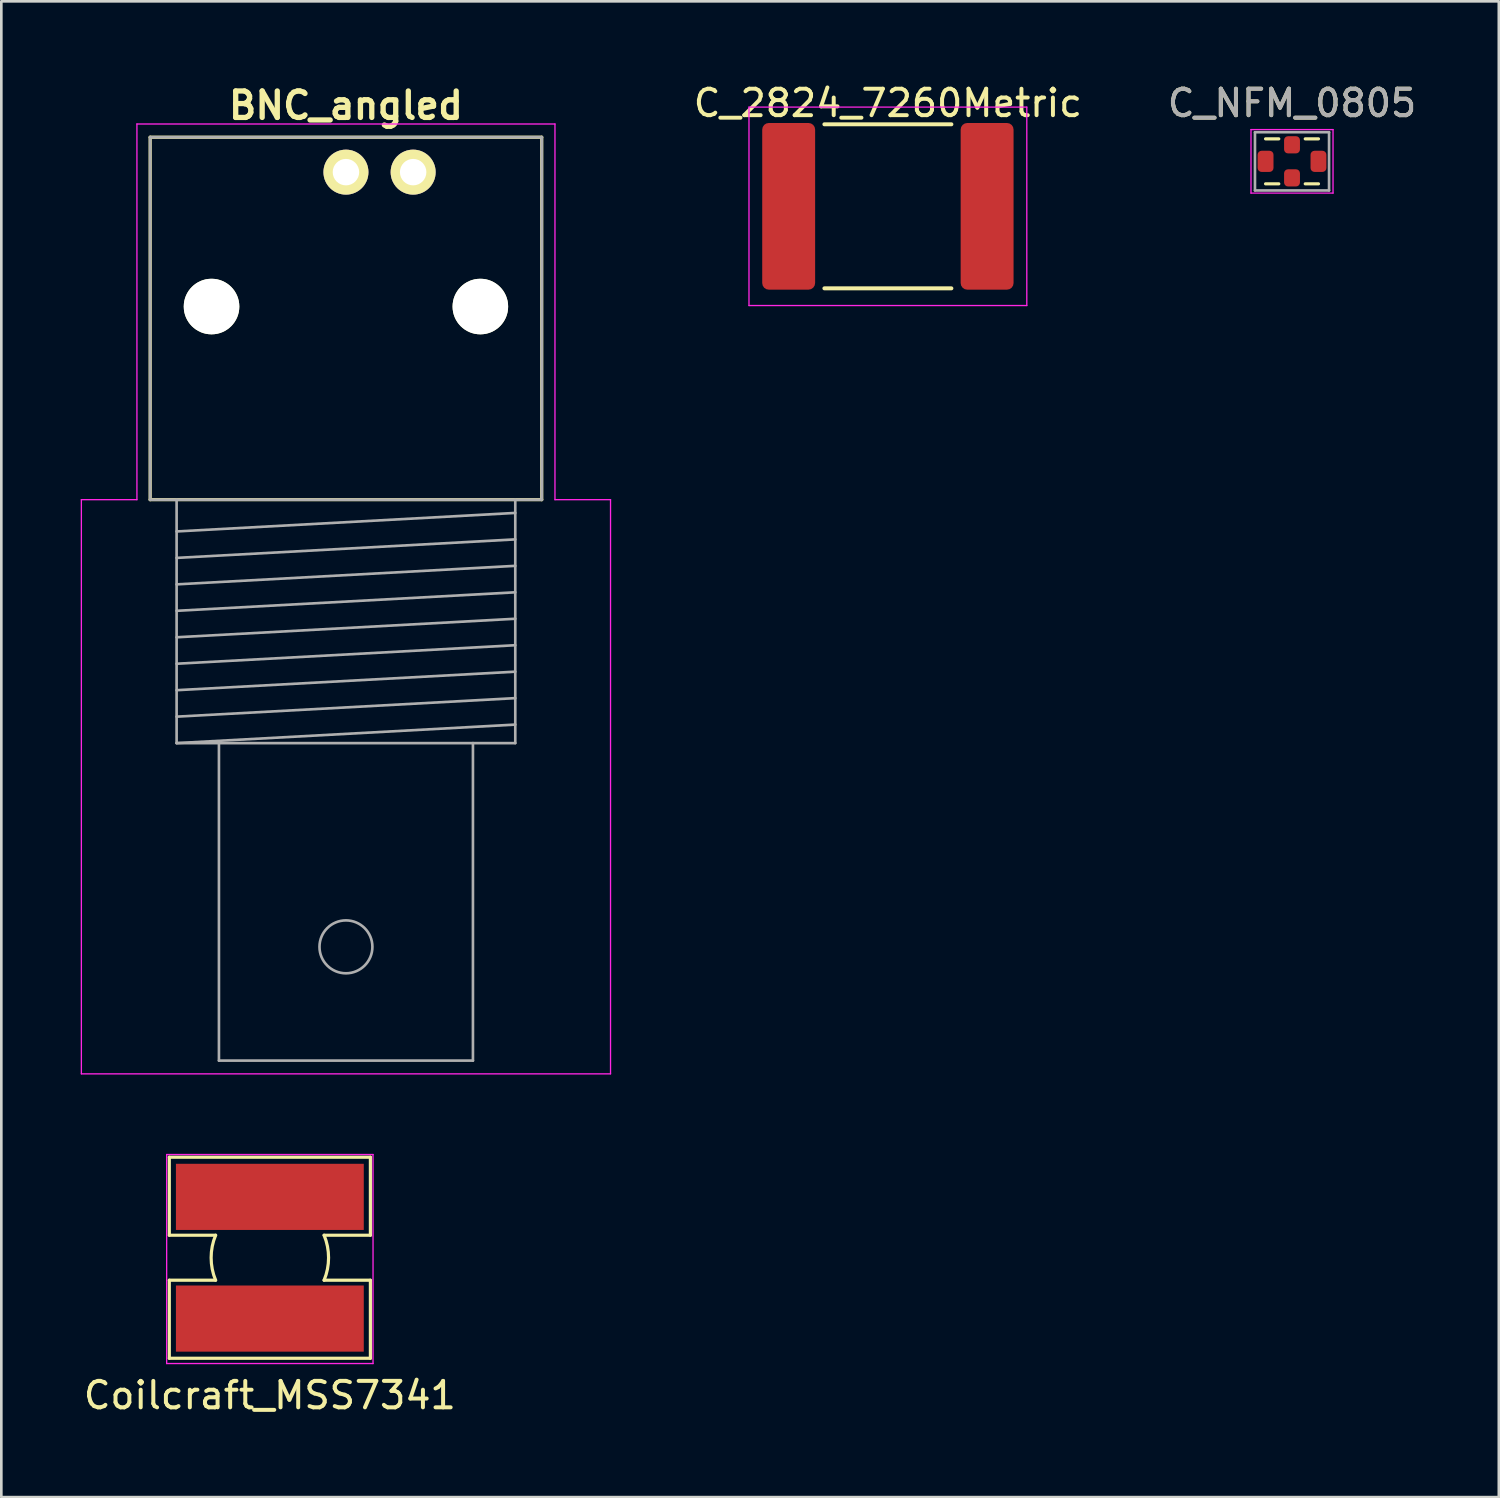
<source format=kicad_pcb>
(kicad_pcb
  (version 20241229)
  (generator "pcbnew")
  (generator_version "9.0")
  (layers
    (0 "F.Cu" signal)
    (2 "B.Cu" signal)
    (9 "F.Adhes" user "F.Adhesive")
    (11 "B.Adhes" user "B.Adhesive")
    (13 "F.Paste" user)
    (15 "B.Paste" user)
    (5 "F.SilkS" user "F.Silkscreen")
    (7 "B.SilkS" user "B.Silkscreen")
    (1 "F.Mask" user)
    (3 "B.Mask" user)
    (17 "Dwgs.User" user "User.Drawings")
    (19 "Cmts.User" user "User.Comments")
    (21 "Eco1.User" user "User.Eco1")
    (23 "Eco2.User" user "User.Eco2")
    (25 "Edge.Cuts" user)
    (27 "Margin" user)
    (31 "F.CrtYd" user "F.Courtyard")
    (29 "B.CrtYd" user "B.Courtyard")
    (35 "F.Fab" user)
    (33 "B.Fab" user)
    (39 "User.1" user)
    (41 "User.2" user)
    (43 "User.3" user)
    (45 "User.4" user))
  (footprint "C_2824_7260Metric"
    (layer "F.Cu")
    (at 30.508 4.748)
    (property "Reference" "C_2824_7260Metric" (at 0 -3.9 0) (layer "F.SilkS") (effects (font (size 1 1) (thickness 0.15))))
    (attr through_hole)
    (fp_line (start -2.4 -3.1) (end 2.4 -3.1) (stroke (width 0.15) (type solid)) (layer "F.SilkS"))
    (fp_line (start -2.4 3.1) (end 2.4 3.1) (stroke (width 0.15) (type solid)) (layer "F.SilkS"))
    (fp_line (start -5.25 -3.75) (end 5.25 -3.75) (stroke (width 0.05) (type solid)) (layer "F.CrtYd"))
    (fp_line (start -5.25 3.75) (end -5.25 -3.75) (stroke (width 0.05) (type solid)) (layer "F.CrtYd"))
    (fp_line (start 5.25 -3.75) (end 5.25 3.75) (stroke (width 0.05) (type solid)) (layer "F.CrtYd"))
    (fp_line (start 5.25 3.75) (end -5.25 3.75) (stroke (width 0.05) (type solid)) (layer "F.CrtYd"))
    (pad "1" smd roundrect (at -3.75 0) (size 2 6.3) (layers "F.Cu" "F.Mask" "F.Paste") (roundrect_rratio 0.125))
    (pad "2" smd roundrect (at 3.75 0) (size 2 6.3) (layers "F.Cu" "F.Mask" "F.Paste") (roundrect_rratio 0.125)))
  (footprint "BNC_angled"
    (layer "F.Cu")
    (at 10.025 15.836)
    (property "Reference" "BNC_angled" (at 0 -14.9 0) (layer "F.SilkS") (effects (font (size 1 1) (thickness 0.2))))
    (attr through_hole)
    (fp_line (start -7.4 -13.7) (end -7.4 0) (stroke (width 0.12) (type solid)) (layer "F.SilkS"))
    (fp_line (start -7.4 -13.7) (end 7.4 -13.7) (stroke (width 0.12) (type solid)) (layer "F.SilkS"))
    (fp_line (start -7.4 0) (end 7.4 0) (stroke (width 0.12) (type solid)) (layer "F.SilkS"))
    (fp_line (start 7.4 0) (end 7.4 -13.7) (stroke (width 0.12) (type solid)) (layer "F.SilkS"))
    (fp_line (start -10 0) (end -7.9 0) (stroke (width 0.05) (type solid)) (layer "F.CrtYd"))
    (fp_line (start -10 21.7) (end -10 0) (stroke (width 0.05) (type solid)) (layer "F.CrtYd"))
    (fp_line (start -7.9 -14.2) (end -7.9 0) (stroke (width 0.05) (type solid)) (layer "F.CrtYd"))
    (fp_line (start -7.9 -14.2) (end 7.9 -14.2) (stroke (width 0.05) (type solid)) (layer "F.CrtYd"))
    (fp_line (start 7.9 -14.2) (end 7.9 0) (stroke (width 0.05) (type solid)) (layer "F.CrtYd"))
    (fp_line (start 7.9 0) (end 10 0) (stroke (width 0.05) (type solid)) (layer "F.CrtYd"))
    (fp_line (start 10 0) (end 10 21.7) (stroke (width 0.05) (type solid)) (layer "F.CrtYd"))
    (fp_line (start 10 21.7) (end -10 21.7) (stroke (width 0.05) (type solid)) (layer "F.CrtYd"))
    (fp_line (start -7.4 -13.7) (end -7.4 0) (stroke (width 0.1) (type solid)) (layer "F.Fab"))
    (fp_line (start -7.4 0) (end 7.4 0) (stroke (width 0.1) (type solid)) (layer "F.Fab"))
    (fp_line (start -6.4 1.2) (end 6.4 0.5) (stroke (width 0.1) (type solid)) (layer "F.Fab"))
    (fp_line (start -6.4 2.2) (end 6.4 1.5) (stroke (width 0.1) (type solid)) (layer "F.Fab"))
    (fp_line (start -6.4 3.2) (end 6.4 2.5) (stroke (width 0.1) (type solid)) (layer "F.Fab"))
    (fp_line (start -6.4 4.2) (end 6.4 3.5) (stroke (width 0.1) (type solid)) (layer "F.Fab"))
    (fp_line (start -6.4 5.2) (end 6.4 4.5) (stroke (width 0.1) (type solid)) (layer "F.Fab"))
    (fp_line (start -6.4 6.2) (end 6.4 5.5) (stroke (width 0.1) (type solid)) (layer "F.Fab"))
    (fp_line (start -6.4 7.2) (end 6.4 6.5) (stroke (width 0.1) (type solid)) (layer "F.Fab"))
    (fp_line (start -6.4 8.2) (end 6.4 7.5) (stroke (width 0.1) (type solid)) (layer "F.Fab"))
    (fp_line (start -6.4 9.2) (end -6.4 0) (stroke (width 0.1) (type solid)) (layer "F.Fab"))
    (fp_line (start -6.4 9.2) (end 6.4 8.5) (stroke (width 0.1) (type solid)) (layer "F.Fab"))
    (fp_line (start -6.4 9.2) (end 6.4 9.2) (stroke (width 0.1) (type solid)) (layer "F.Fab"))
    (fp_line (start -4.8 21.2) (end -4.8 9.2) (stroke (width 0.1) (type solid)) (layer "F.Fab"))
    (fp_line (start -4.8 21.2) (end 4.8 21.2) (stroke (width 0.1) (type solid)) (layer "F.Fab"))
    (fp_line (start 4.8 21.2) (end 4.8 9.2) (stroke (width 0.1) (type solid)) (layer "F.Fab"))
    (fp_line (start 6.4 9.2) (end 6.4 0) (stroke (width 0.1) (type solid)) (layer "F.Fab"))
    (fp_line (start 7.4 -13.7) (end -7.4 -13.7) (stroke (width 0.1) (type solid)) (layer "F.Fab"))
    (fp_line (start 7.4 0) (end 7.4 -13.7) (stroke (width 0.1) (type solid)) (layer "F.Fab"))
    (fp_circle (center 0 16.9) (end 1 16.9) (stroke (width 0.1) (type solid)) (fill no) (layer "F.Fab"))
    (pad "" np_thru_hole circle (at -5.08 -7.3) (size 2.1 2.1) (drill 2.1) (layers "*.Cu" "*.Mask" "F.SilkS"))
    (pad "" np_thru_hole circle (at 5.08 -7.3) (size 2.1 2.1) (drill 2.1) (layers "*.Cu" "*.Mask" "F.SilkS"))
    (pad "1" thru_hole circle (at 0 -12.38) (size 1.7 1.7) (drill 1) (layers "*.Cu" "*.Mask" "F.SilkS"))
    (pad "2" thru_hole circle (at 2.54 -12.38) (size 1.7 1.7) (drill 1) (layers "*.Cu" "*.Mask" "F.SilkS")))
  (footprint "Coilcraft_MSS7341"
    (layer "F.Cu")
    (at 7.149 44.486)
    (property "Reference" "Coilcraft_MSS7341" (at 0 5.2 0) (layer "F.SilkS") (effects (font (size 1 1) (thickness 0.15))))
    (attr through_hole)
    (fp_line (start -3.8 -3.8) (end 3.8 -3.8) (stroke (width 0.12) (type solid)) (layer "F.SilkS"))
    (fp_line (start -3.8 -0.85) (end -3.8 -3.8) (stroke (width 0.12) (type solid)) (layer "F.SilkS"))
    (fp_line (start -3.8 -0.85) (end -2.05 -0.85) (stroke (width 0.12) (type solid)) (layer "F.SilkS"))
    (fp_line (start -3.8 0.85) (end -2.05 0.85) (stroke (width 0.12) (type solid)) (layer "F.SilkS"))
    (fp_line (start -3.8 3.8) (end -3.8 0.85) (stroke (width 0.12) (type solid)) (layer "F.SilkS"))
    (fp_line (start 2.05 -0.85) (end 3.8 -0.85) (stroke (width 0.12) (type solid)) (layer "F.SilkS"))
    (fp_line (start 2.05 0.85) (end 3.8 0.85) (stroke (width 0.12) (type solid)) (layer "F.SilkS"))
    (fp_line (start 3.8 -0.85) (end 3.8 -3.8) (stroke (width 0.12) (type solid)) (layer "F.SilkS"))
    (fp_line (start 3.8 3.8) (end -3.8 3.8) (stroke (width 0.12) (type solid)) (layer "F.SilkS"))
    (fp_line (start 3.8 3.8) (end 3.8 0.85) (stroke (width 0.12) (type solid)) (layer "F.SilkS"))
    (fp_arc (start -2.05 0.85) (mid -2.219234 0) (end -2.05 -0.85) (stroke (width 0.12) (type solid)) (layer "F.SilkS"))
    (fp_arc (start 2.05 -0.85) (mid 2.219234 0) (end 2.05 0.85) (stroke (width 0.12) (type solid)) (layer "F.SilkS"))
    (fp_line (start -3.9 -3.9) (end 3.9 -3.9) (stroke (width 0.05) (type solid)) (layer "F.CrtYd"))
    (fp_line (start -3.9 4) (end -3.9 -3.9) (stroke (width 0.05) (type solid)) (layer "F.CrtYd"))
    (fp_line (start 3.9 -3.9) (end 3.9 4) (stroke (width 0.05) (type solid)) (layer "F.CrtYd"))
    (fp_line (start 3.9 4) (end -3.9 4) (stroke (width 0.05) (type solid)) (layer "F.CrtYd"))
    (pad "1" smd rect (at 0 -2.3) (size 7.1 2.5) (layers "F.Cu" "F.Mask" "F.Paste"))
    (pad "2" smd rect (at 0 2.3) (size 7.1 2.5) (layers "F.Cu" "F.Mask" "F.Paste")))
  (footprint "C_NFM_0805"
    (layer "F.Cu")
    (at 45.782 3.048)
    (property "Reference" "C_NFM_0805" (at 0 -2.2 0) (layer "F.SilkS") (effects (font (size 1 1) (thickness 0.15))))
    (attr smd)
    (fp_line (start -1 0.85) (end -0.5 0.85) (stroke (width 0.12) (type solid)) (layer "F.SilkS"))
    (fp_line (start -0.5 -0.85) (end -1 -0.85) (stroke (width 0.12) (type solid)) (layer "F.SilkS"))
    (fp_line (start 0.5 0.85) (end 1 0.85) (stroke (width 0.12) (type solid)) (layer "F.SilkS"))
    (fp_line (start 1 -0.85) (end 0.5 -0.85) (stroke (width 0.12) (type solid)) (layer "F.SilkS"))
    (fp_line (start -1.55 -1.2) (end -1.55 1.2) (stroke (width 0.05) (type solid)) (layer "F.CrtYd"))
    (fp_line (start -1.55 -1.2) (end 1.55 -1.2) (stroke (width 0.05) (type solid)) (layer "F.CrtYd"))
    (fp_line (start 1.55 1.2) (end -1.55 1.2) (stroke (width 0.05) (type solid)) (layer "F.CrtYd"))
    (fp_line (start 1.55 1.2) (end 1.55 -1.2) (stroke (width 0.05) (type solid)) (layer "F.CrtYd"))
    (fp_line (start -1.4 -1.1) (end 1.4 -1.1) (stroke (width 0.1) (type solid)) (layer "F.Fab"))
    (fp_line (start -1.4 1.1) (end -1.4 -1.1) (stroke (width 0.1) (type solid)) (layer "F.Fab"))
    (fp_line (start 1.4 -1.1) (end 1.4 1.1) (stroke (width 0.1) (type solid)) (layer "F.Fab"))
    (fp_line (start 1.4 1.1) (end -1.4 1.1) (stroke (width 0.1) (type solid)) (layer "F.Fab"))
    (fp_text user "${REFERENCE}" (at 0 -2.2 0) (layer "F.Fab") (effects (font (size 1 1) (thickness 0.15))))
    (pad "1" smd roundrect (at -1 0) (size 0.6 0.8) (layers "F.Cu" "F.Mask" "F.Paste") (roundrect_rratio 0.25))
    (pad "2" smd roundrect (at 0 -0.625) (size 0.6 0.65) (layers "F.Cu" "F.Mask" "F.Paste") (roundrect_rratio 0.25))
    (pad "2" smd roundrect (at 0 0.625) (size 0.6 0.65) (layers "F.Cu" "F.Mask" "F.Paste") (roundrect_rratio 0.25))
    (pad "3" smd roundrect (at 1 0) (size 0.6 0.8) (layers "F.Cu" "F.Mask" "F.Paste") (roundrect_rratio 0.25)))
  (gr_rect
    (start -3 -3)
    (end 53.598 53.534)
    (stroke (width 0.1) (type default))
    (fill no)
    (layer "Edge.Cuts")))
</source>
